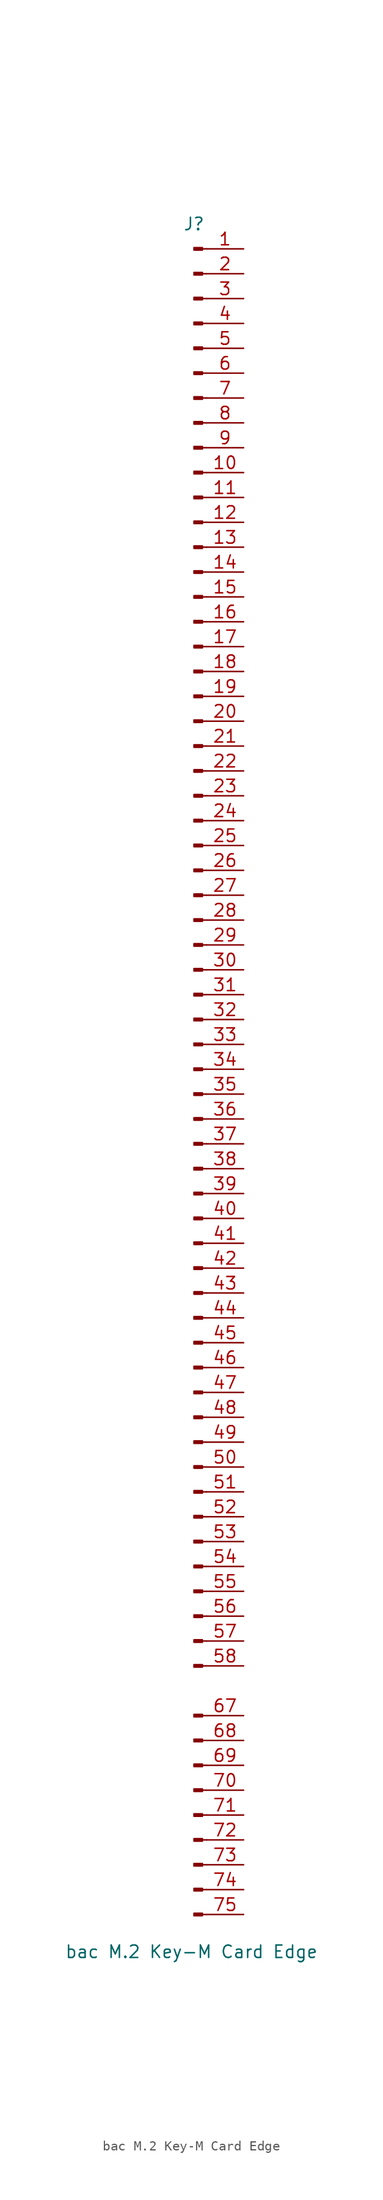
<source format=kicad_sym>
(kicad_symbol_lib
  (version 20231120)
  (generator "kicad_symbol_editor")
  (generator_version "8.0")
  (symbol "bac M.2 Key-M Card Edge"
    (pin_names
      (offset 1.016) hide)
    (property "Reference" "J"
      (at 0 76.2 0)
      (effects (font (size 1.27 1.27))))
    (property "Value" "bac M.2 Key-M Card Edge"
      (at -0.254 -100.33 0)
      (effects (font (size 1.27 1.27))))
    (symbol "bac M.2 Key-M Card Edge_1_1"
      (polyline (pts (xy 1.27 -96.52) (xy 0.864 -96.52)) (stroke (width 0.152) (type default)) (fill (type none)))
      (polyline (pts (xy 1.27 -93.98) (xy 0.864 -93.98)) (stroke (width 0.152) (type default)) (fill (type none)))
      (polyline (pts (xy 1.27 -91.44) (xy 0.864 -91.44)) (stroke (width 0.152) (type default)) (fill (type none)))
      (polyline (pts (xy 1.27 -88.9) (xy 0.864 -88.9)) (stroke (width 0.152) (type default)) (fill (type none)))
      (polyline (pts (xy 1.27 -86.36) (xy 0.864 -86.36)) (stroke (width 0.152) (type default)) (fill (type none)))
      (polyline (pts (xy 1.27 -83.82) (xy 0.864 -83.82)) (stroke (width 0.152) (type default)) (fill (type none)))
      (polyline (pts (xy 1.27 -81.28) (xy 0.864 -81.28)) (stroke (width 0.152) (type default)) (fill (type none)))
      (polyline (pts (xy 1.27 -78.74) (xy 0.864 -78.74)) (stroke (width 0.152) (type default)) (fill (type none)))
      (polyline (pts (xy 1.27 -76.2) (xy 0.864 -76.2)) (stroke (width 0.152) (type default)) (fill (type none)))
      (polyline (pts (xy 1.27 -71.12) (xy 0.864 -71.12)) (stroke (width 0.152) (type default)) (fill (type none)))
      (polyline (pts (xy 1.27 -68.58) (xy 0.864 -68.58)) (stroke (width 0.152) (type default)) (fill (type none)))
      (polyline (pts (xy 1.27 -66.04) (xy 0.864 -66.04)) (stroke (width 0.152) (type default)) (fill (type none)))
      (polyline (pts (xy 1.27 -63.5) (xy 0.864 -63.5)) (stroke (width 0.152) (type default)) (fill (type none)))
      (polyline (pts (xy 1.27 -60.96) (xy 0.864 -60.96)) (stroke (width 0.152) (type default)) (fill (type none)))
      (polyline (pts (xy 1.27 -58.42) (xy 0.864 -58.42)) (stroke (width 0.152) (type default)) (fill (type none)))
      (polyline (pts (xy 1.27 -55.88) (xy 0.864 -55.88)) (stroke (width 0.152) (type default)) (fill (type none)))
      (polyline (pts (xy 1.27 -53.34) (xy 0.864 -53.34)) (stroke (width 0.152) (type default)) (fill (type none)))
      (polyline (pts (xy 1.27 -50.8) (xy 0.864 -50.8)) (stroke (width 0.152) (type default)) (fill (type none)))
      (polyline (pts (xy 1.27 -48.26) (xy 0.864 -48.26)) (stroke (width 0.152) (type default)) (fill (type none)))
      (polyline (pts (xy 1.27 -45.72) (xy 0.864 -45.72)) (stroke (width 0.152) (type default)) (fill (type none)))
      (polyline (pts (xy 1.27 -43.18) (xy 0.864 -43.18)) (stroke (width 0.152) (type default)) (fill (type none)))
      (polyline (pts (xy 1.27 -40.64) (xy 0.864 -40.64)) (stroke (width 0.152) (type default)) (fill (type none)))
      (polyline (pts (xy 1.27 -38.1) (xy 0.864 -38.1)) (stroke (width 0.152) (type default)) (fill (type none)))
      (polyline (pts (xy 1.27 -35.56) (xy 0.864 -35.56)) (stroke (width 0.152) (type default)) (fill (type none)))
      (polyline (pts (xy 1.27 -33.02) (xy 0.864 -33.02)) (stroke (width 0.152) (type default)) (fill (type none)))
      (polyline (pts (xy 1.27 -30.48) (xy 0.864 -30.48)) (stroke (width 0.152) (type default)) (fill (type none)))
      (polyline (pts (xy 1.27 -27.94) (xy 0.864 -27.94)) (stroke (width 0.152) (type default)) (fill (type none)))
      (polyline (pts (xy 1.27 -25.4) (xy 0.864 -25.4)) (stroke (width 0.152) (type default)) (fill (type none)))
      (polyline (pts (xy 1.27 -22.86) (xy 0.864 -22.86)) (stroke (width 0.152) (type default)) (fill (type none)))
      (polyline (pts (xy 1.27 -20.32) (xy 0.864 -20.32)) (stroke (width 0.152) (type default)) (fill (type none)))
      (polyline (pts (xy 1.27 -17.78) (xy 0.864 -17.78)) (stroke (width 0.152) (type default)) (fill (type none)))
      (polyline (pts (xy 1.27 -15.24) (xy 0.864 -15.24)) (stroke (width 0.152) (type default)) (fill (type none)))
      (polyline (pts (xy 1.27 -12.7) (xy 0.864 -12.7)) (stroke (width 0.152) (type default)) (fill (type none)))
      (polyline (pts (xy 1.27 -10.16) (xy 0.864 -10.16)) (stroke (width 0.152) (type default)) (fill (type none)))
      (polyline (pts (xy 1.27 -7.62) (xy 0.864 -7.62)) (stroke (width 0.152) (type default)) (fill (type none)))
      (polyline (pts (xy 1.27 -5.08) (xy 0.864 -5.08)) (stroke (width 0.152) (type default)) (fill (type none)))
      (polyline (pts (xy 1.27 -2.54) (xy 0.864 -2.54)) (stroke (width 0.152) (type default)) (fill (type none)))
      (polyline (pts (xy 1.27 0) (xy 0.864 0)) (stroke (width 0.152) (type default)) (fill (type none)))
      (polyline (pts (xy 1.27 2.54) (xy 0.864 2.54)) (stroke (width 0.152) (type default)) (fill (type none)))
      (polyline (pts (xy 1.27 5.08) (xy 0.864 5.08)) (stroke (width 0.152) (type default)) (fill (type none)))
      (polyline (pts (xy 1.27 7.62) (xy 0.864 7.62)) (stroke (width 0.152) (type default)) (fill (type none)))
      (polyline (pts (xy 1.27 10.16) (xy 0.864 10.16)) (stroke (width 0.152) (type default)) (fill (type none)))
      (polyline (pts (xy 1.27 12.7) (xy 0.864 12.7)) (stroke (width 0.152) (type default)) (fill (type none)))
      (polyline (pts (xy 1.27 15.24) (xy 0.864 15.24)) (stroke (width 0.152) (type default)) (fill (type none)))
      (polyline (pts (xy 1.27 17.78) (xy 0.864 17.78)) (stroke (width 0.152) (type default)) (fill (type none)))
      (polyline (pts (xy 1.27 20.32) (xy 0.864 20.32)) (stroke (width 0.152) (type default)) (fill (type none)))
      (polyline (pts (xy 1.27 22.86) (xy 0.864 22.86)) (stroke (width 0.152) (type default)) (fill (type none)))
      (polyline (pts (xy 1.27 25.4) (xy 0.864 25.4)) (stroke (width 0.152) (type default)) (fill (type none)))
      (polyline (pts (xy 1.27 27.94) (xy 0.864 27.94)) (stroke (width 0.152) (type default)) (fill (type none)))
      (polyline (pts (xy 1.27 30.48) (xy 0.864 30.48)) (stroke (width 0.152) (type default)) (fill (type none)))
      (polyline (pts (xy 1.27 33.02) (xy 0.864 33.02)) (stroke (width 0.152) (type default)) (fill (type none)))
      (polyline (pts (xy 1.27 35.56) (xy 0.864 35.56)) (stroke (width 0.152) (type default)) (fill (type none)))
      (polyline (pts (xy 1.27 38.1) (xy 0.864 38.1)) (stroke (width 0.152) (type default)) (fill (type none)))
      (polyline (pts (xy 1.27 40.64) (xy 0.864 40.64)) (stroke (width 0.152) (type default)) (fill (type none)))
      (polyline (pts (xy 1.27 43.18) (xy 0.864 43.18)) (stroke (width 0.152) (type default)) (fill (type none)))
      (polyline (pts (xy 1.27 45.72) (xy 0.864 45.72)) (stroke (width 0.152) (type default)) (fill (type none)))
      (polyline (pts (xy 1.27 48.26) (xy 0.864 48.26)) (stroke (width 0.152) (type default)) (fill (type none)))
      (polyline (pts (xy 1.27 50.8) (xy 0.864 50.8)) (stroke (width 0.152) (type default)) (fill (type none)))
      (polyline (pts (xy 1.27 53.34) (xy 0.864 53.34)) (stroke (width 0.152) (type default)) (fill (type none)))
      (polyline (pts (xy 1.27 55.88) (xy 0.864 55.88)) (stroke (width 0.152) (type default)) (fill (type none)))
      (polyline (pts (xy 1.27 58.42) (xy 0.864 58.42)) (stroke (width 0.152) (type default)) (fill (type none)))
      (polyline (pts (xy 1.27 60.96) (xy 0.864 60.96)) (stroke (width 0.152) (type default)) (fill (type none)))
      (polyline (pts (xy 1.27 63.5) (xy 0.864 63.5)) (stroke (width 0.152) (type default)) (fill (type none)))
      (polyline (pts (xy 1.27 66.04) (xy 0.864 66.04)) (stroke (width 0.152) (type default)) (fill (type none)))
      (polyline (pts (xy 1.27 68.58) (xy 0.864 68.58)) (stroke (width 0.152) (type default)) (fill (type none)))
      (polyline (pts (xy 1.27 71.12) (xy 0.864 71.12)) (stroke (width 0.152) (type default)) (fill (type none)))
      (polyline (pts (xy 1.27 73.66) (xy 0.864 73.66)) (stroke (width 0.152) (type default)) (fill (type none)))
      (rectangle (start 0.864 -96.393) (end 0 -96.647) (stroke (width 0.152) (type default)) (fill (type outline)))
      (rectangle (start 0.864 -93.853) (end 0 -94.107) (stroke (width 0.152) (type default)) (fill (type outline)))
      (rectangle (start 0.864 -91.313) (end 0 -91.567) (stroke (width 0.152) (type default)) (fill (type outline)))
      (rectangle (start 0.864 -88.773) (end 0 -89.027) (stroke (width 0.152) (type default)) (fill (type outline)))
      (rectangle (start 0.864 -86.233) (end 0 -86.487) (stroke (width 0.152) (type default)) (fill (type outline)))
      (rectangle (start 0.864 -83.693) (end 0 -83.947) (stroke (width 0.152) (type default)) (fill (type outline)))
      (rectangle (start 0.864 -81.153) (end 0 -81.407) (stroke (width 0.152) (type default)) (fill (type outline)))
      (rectangle (start 0.864 -78.613) (end 0 -78.867) (stroke (width 0.152) (type default)) (fill (type outline)))
      (rectangle (start 0.864 -76.073) (end 0 -76.327) (stroke (width 0.152) (type default)) (fill (type outline)))
      (rectangle (start 0.864 -70.993) (end 0 -71.247) (stroke (width 0.152) (type default)) (fill (type outline)))
      (rectangle (start 0.864 -68.453) (end 0 -68.707) (stroke (width 0.152) (type default)) (fill (type outline)))
      (rectangle (start 0.864 -65.913) (end 0 -66.167) (stroke (width 0.152) (type default)) (fill (type outline)))
      (rectangle (start 0.864 -63.373) (end 0 -63.627) (stroke (width 0.152) (type default)) (fill (type outline)))
      (rectangle (start 0.864 -60.833) (end 0 -61.087) (stroke (width 0.152) (type default)) (fill (type outline)))
      (rectangle (start 0.864 -58.293) (end 0 -58.547) (stroke (width 0.152) (type default)) (fill (type outline)))
      (rectangle (start 0.864 -55.753) (end 0 -56.007) (stroke (width 0.152) (type default)) (fill (type outline)))
      (rectangle (start 0.864 -53.213) (end 0 -53.467) (stroke (width 0.152) (type default)) (fill (type outline)))
      (rectangle (start 0.864 -50.673) (end 0 -50.927) (stroke (width 0.152) (type default)) (fill (type outline)))
      (rectangle (start 0.864 -48.133) (end 0 -48.387) (stroke (width 0.152) (type default)) (fill (type outline)))
      (rectangle (start 0.864 -45.593) (end 0 -45.847) (stroke (width 0.152) (type default)) (fill (type outline)))
      (rectangle (start 0.864 -43.053) (end 0 -43.307) (stroke (width 0.152) (type default)) (fill (type outline)))
      (rectangle (start 0.864 -40.513) (end 0 -40.767) (stroke (width 0.152) (type default)) (fill (type outline)))
      (rectangle (start 0.864 -37.973) (end 0 -38.227) (stroke (width 0.152) (type default)) (fill (type outline)))
      (rectangle (start 0.864 -35.433) (end 0 -35.687) (stroke (width 0.152) (type default)) (fill (type outline)))
      (rectangle (start 0.864 -32.893) (end 0 -33.147) (stroke (width 0.152) (type default)) (fill (type outline)))
      (rectangle (start 0.864 -30.353) (end 0 -30.607) (stroke (width 0.152) (type default)) (fill (type outline)))
      (rectangle (start 0.864 -27.813) (end 0 -28.067) (stroke (width 0.152) (type default)) (fill (type outline)))
      (rectangle (start 0.864 -25.273) (end 0 -25.527) (stroke (width 0.152) (type default)) (fill (type outline)))
      (rectangle (start 0.864 -22.733) (end 0 -22.987) (stroke (width 0.152) (type default)) (fill (type outline)))
      (rectangle (start 0.864 -20.193) (end 0 -20.447) (stroke (width 0.152) (type default)) (fill (type outline)))
      (rectangle (start 0.864 -17.653) (end 0 -17.907) (stroke (width 0.152) (type default)) (fill (type outline)))
      (rectangle (start 0.864 -15.113) (end 0 -15.367) (stroke (width 0.152) (type default)) (fill (type outline)))
      (rectangle (start 0.864 -12.573) (end 0 -12.827) (stroke (width 0.152) (type default)) (fill (type outline)))
      (rectangle (start 0.864 -10.033) (end 0 -10.287) (stroke (width 0.152) (type default)) (fill (type outline)))
      (rectangle (start 0.864 -7.493) (end 0 -7.747) (stroke (width 0.152) (type default)) (fill (type outline)))
      (rectangle (start 0.864 -4.953) (end 0 -5.207) (stroke (width 0.152) (type default)) (fill (type outline)))
      (rectangle (start 0.864 -2.413) (end 0 -2.667) (stroke (width 0.152) (type default)) (fill (type outline)))
      (rectangle (start 0.864 0.127) (end 0 -0.127) (stroke (width 0.152) (type default)) (fill (type outline)))
      (rectangle (start 0.864 2.667) (end 0 2.413) (stroke (width 0.152) (type default)) (fill (type outline)))
      (rectangle (start 0.864 5.207) (end 0 4.953) (stroke (width 0.152) (type default)) (fill (type outline)))
      (rectangle (start 0.864 7.747) (end 0 7.493) (stroke (width 0.152) (type default)) (fill (type outline)))
      (rectangle (start 0.864 10.287) (end 0 10.033) (stroke (width 0.152) (type default)) (fill (type outline)))
      (rectangle (start 0.864 12.827) (end 0 12.573) (stroke (width 0.152) (type default)) (fill (type outline)))
      (rectangle (start 0.864 15.367) (end 0 15.113) (stroke (width 0.152) (type default)) (fill (type outline)))
      (rectangle (start 0.864 17.907) (end 0 17.653) (stroke (width 0.152) (type default)) (fill (type outline)))
      (rectangle (start 0.864 20.447) (end 0 20.193) (stroke (width 0.152) (type default)) (fill (type outline)))
      (rectangle (start 0.864 22.987) (end 0 22.733) (stroke (width 0.152) (type default)) (fill (type outline)))
      (rectangle (start 0.864 25.527) (end 0 25.273) (stroke (width 0.152) (type default)) (fill (type outline)))
      (rectangle (start 0.864 28.067) (end 0 27.813) (stroke (width 0.152) (type default)) (fill (type outline)))
      (rectangle (start 0.864 30.607) (end 0 30.353) (stroke (width 0.152) (type default)) (fill (type outline)))
      (rectangle (start 0.864 33.147) (end 0 32.893) (stroke (width 0.152) (type default)) (fill (type outline)))
      (rectangle (start 0.864 35.687) (end 0 35.433) (stroke (width 0.152) (type default)) (fill (type outline)))
      (rectangle (start 0.864 38.227) (end 0 37.973) (stroke (width 0.152) (type default)) (fill (type outline)))
      (rectangle (start 0.864 40.767) (end 0 40.513) (stroke (width 0.152) (type default)) (fill (type outline)))
      (rectangle (start 0.864 43.307) (end 0 43.053) (stroke (width 0.152) (type default)) (fill (type outline)))
      (rectangle (start 0.864 45.847) (end 0 45.593) (stroke (width 0.152) (type default)) (fill (type outline)))
      (rectangle (start 0.864 48.387) (end 0 48.133) (stroke (width 0.152) (type default)) (fill (type outline)))
      (rectangle (start 0.864 50.927) (end 0 50.673) (stroke (width 0.152) (type default)) (fill (type outline)))
      (rectangle (start 0.864 53.467) (end 0 53.213) (stroke (width 0.152) (type default)) (fill (type outline)))
      (rectangle (start 0.864 56.007) (end 0 55.753) (stroke (width 0.152) (type default)) (fill (type outline)))
      (rectangle (start 0.864 58.547) (end 0 58.293) (stroke (width 0.152) (type default)) (fill (type outline)))
      (rectangle (start 0.864 61.087) (end 0 60.833) (stroke (width 0.152) (type default)) (fill (type outline)))
      (rectangle (start 0.864 63.627) (end 0 63.373) (stroke (width 0.152) (type default)) (fill (type outline)))
      (rectangle (start 0.864 66.167) (end 0 65.913) (stroke (width 0.152) (type default)) (fill (type outline)))
      (rectangle (start 0.864 68.707) (end 0 68.453) (stroke (width 0.152) (type default)) (fill (type outline)))
      (rectangle (start 0.864 71.247) (end 0 70.993) (stroke (width 0.152) (type default)) (fill (type outline)))
      (rectangle (start 0.864 73.787) (end 0 73.533) (stroke (width 0.152) (type default)) (fill (type outline)))
      (pin passive line (at 5.08 73.66 180) (length 3.81) (name "Pin_1" (effects (font (size 1.27 1.27)))) (number "1" (effects (font (size 1.27 1.27)))))
      (pin passive line (at 5.08 50.8 180) (length 3.81) (name "Pin_10" (effects (font (size 1.27 1.27)))) (number "10" (effects (font (size 1.27 1.27)))))
      (pin passive line (at 5.08 48.26 180) (length 3.81) (name "Pin_11" (effects (font (size 1.27 1.27)))) (number "11" (effects (font (size 1.27 1.27)))))
      (pin passive line (at 5.08 45.72 180) (length 3.81) (name "Pin_12" (effects (font (size 1.27 1.27)))) (number "12" (effects (font (size 1.27 1.27)))))
      (pin passive line (at 5.08 43.18 180) (length 3.81) (name "Pin_13" (effects (font (size 1.27 1.27)))) (number "13" (effects (font (size 1.27 1.27)))))
      (pin passive line (at 5.08 40.64 180) (length 3.81) (name "Pin_14" (effects (font (size 1.27 1.27)))) (number "14" (effects (font (size 1.27 1.27)))))
      (pin passive line (at 5.08 38.1 180) (length 3.81) (name "Pin_15" (effects (font (size 1.27 1.27)))) (number "15" (effects (font (size 1.27 1.27)))))
      (pin passive line (at 5.08 35.56 180) (length 3.81) (name "Pin_16" (effects (font (size 1.27 1.27)))) (number "16" (effects (font (size 1.27 1.27)))))
      (pin passive line (at 5.08 33.02 180) (length 3.81) (name "Pin_17" (effects (font (size 1.27 1.27)))) (number "17" (effects (font (size 1.27 1.27)))))
      (pin passive line (at 5.08 30.48 180) (length 3.81) (name "Pin_18" (effects (font (size 1.27 1.27)))) (number "18" (effects (font (size 1.27 1.27)))))
      (pin passive line (at 5.08 27.94 180) (length 3.81) (name "Pin_19" (effects (font (size 1.27 1.27)))) (number "19" (effects (font (size 1.27 1.27)))))
      (pin passive line (at 5.08 71.12 180) (length 3.81) (name "Pin_2" (effects (font (size 1.27 1.27)))) (number "2" (effects (font (size 1.27 1.27)))))
      (pin passive line (at 5.08 25.4 180) (length 3.81) (name "Pin_20" (effects (font (size 1.27 1.27)))) (number "20" (effects (font (size 1.27 1.27)))))
      (pin passive line (at 5.08 22.86 180) (length 3.81) (name "Pin_21" (effects (font (size 1.27 1.27)))) (number "21" (effects (font (size 1.27 1.27)))))
      (pin passive line (at 5.08 20.32 180) (length 3.81) (name "Pin_22" (effects (font (size 1.27 1.27)))) (number "22" (effects (font (size 1.27 1.27)))))
      (pin passive line (at 5.08 17.78 180) (length 3.81) (name "Pin_23" (effects (font (size 1.27 1.27)))) (number "23" (effects (font (size 1.27 1.27)))))
      (pin passive line (at 5.08 15.24 180) (length 3.81) (name "Pin_24" (effects (font (size 1.27 1.27)))) (number "24" (effects (font (size 1.27 1.27)))))
      (pin passive line (at 5.08 12.7 180) (length 3.81) (name "Pin_25" (effects (font (size 1.27 1.27)))) (number "25" (effects (font (size 1.27 1.27)))))
      (pin passive line (at 5.08 10.16 180) (length 3.81) (name "Pin_26" (effects (font (size 1.27 1.27)))) (number "26" (effects (font (size 1.27 1.27)))))
      (pin passive line (at 5.08 7.62 180) (length 3.81) (name "Pin_27" (effects (font (size 1.27 1.27)))) (number "27" (effects (font (size 1.27 1.27)))))
      (pin passive line (at 5.08 5.08 180) (length 3.81) (name "Pin_28" (effects (font (size 1.27 1.27)))) (number "28" (effects (font (size 1.27 1.27)))))
      (pin passive line (at 5.08 2.54 180) (length 3.81) (name "Pin_29" (effects (font (size 1.27 1.27)))) (number "29" (effects (font (size 1.27 1.27)))))
      (pin passive line (at 5.08 68.58 180) (length 3.81) (name "Pin_3" (effects (font (size 1.27 1.27)))) (number "3" (effects (font (size 1.27 1.27)))))
      (pin passive line (at 5.08 0 180) (length 3.81) (name "Pin_30" (effects (font (size 1.27 1.27)))) (number "30" (effects (font (size 1.27 1.27)))))
      (pin passive line (at 5.08 -2.54 180) (length 3.81) (name "Pin_31" (effects (font (size 1.27 1.27)))) (number "31" (effects (font (size 1.27 1.27)))))
      (pin passive line (at 5.08 -5.08 180) (length 3.81) (name "Pin_32" (effects (font (size 1.27 1.27)))) (number "32" (effects (font (size 1.27 1.27)))))
      (pin passive line (at 5.08 -7.62 180) (length 3.81) (name "Pin_33" (effects (font (size 1.27 1.27)))) (number "33" (effects (font (size 1.27 1.27)))))
      (pin passive line (at 5.08 -10.16 180) (length 3.81) (name "Pin_34" (effects (font (size 1.27 1.27)))) (number "34" (effects (font (size 1.27 1.27)))))
      (pin passive line (at 5.08 -12.7 180) (length 3.81) (name "Pin_35" (effects (font (size 1.27 1.27)))) (number "35" (effects (font (size 1.27 1.27)))))
      (pin passive line (at 5.08 -15.24 180) (length 3.81) (name "Pin_36" (effects (font (size 1.27 1.27)))) (number "36" (effects (font (size 1.27 1.27)))))
      (pin passive line (at 5.08 -17.78 180) (length 3.81) (name "Pin_37" (effects (font (size 1.27 1.27)))) (number "37" (effects (font (size 1.27 1.27)))))
      (pin passive line (at 5.08 -20.32 180) (length 3.81) (name "Pin_38" (effects (font (size 1.27 1.27)))) (number "38" (effects (font (size 1.27 1.27)))))
      (pin passive line (at 5.08 -22.86 180) (length 3.81) (name "Pin_39" (effects (font (size 1.27 1.27)))) (number "39" (effects (font (size 1.27 1.27)))))
      (pin passive line (at 5.08 66.04 180) (length 3.81) (name "Pin_4" (effects (font (size 1.27 1.27)))) (number "4" (effects (font (size 1.27 1.27)))))
      (pin passive line (at 5.08 -25.4 180) (length 3.81) (name "Pin_40" (effects (font (size 1.27 1.27)))) (number "40" (effects (font (size 1.27 1.27)))))
      (pin passive line (at 5.08 -27.94 180) (length 3.81) (name "Pin_41" (effects (font (size 1.27 1.27)))) (number "41" (effects (font (size 1.27 1.27)))))
      (pin passive line (at 5.08 -30.48 180) (length 3.81) (name "Pin_42" (effects (font (size 1.27 1.27)))) (number "42" (effects (font (size 1.27 1.27)))))
      (pin passive line (at 5.08 -33.02 180) (length 3.81) (name "Pin_43" (effects (font (size 1.27 1.27)))) (number "43" (effects (font (size 1.27 1.27)))))
      (pin passive line (at 5.08 -35.56 180) (length 3.81) (name "Pin_44" (effects (font (size 1.27 1.27)))) (number "44" (effects (font (size 1.27 1.27)))))
      (pin passive line (at 5.08 -38.1 180) (length 3.81) (name "Pin_45" (effects (font (size 1.27 1.27)))) (number "45" (effects (font (size 1.27 1.27)))))
      (pin passive line (at 5.08 -40.64 180) (length 3.81) (name "Pin_46" (effects (font (size 1.27 1.27)))) (number "46" (effects (font (size 1.27 1.27)))))
      (pin passive line (at 5.08 -43.18 180) (length 3.81) (name "Pin_47" (effects (font (size 1.27 1.27)))) (number "47" (effects (font (size 1.27 1.27)))))
      (pin passive line (at 5.08 -45.72 180) (length 3.81) (name "Pin_48" (effects (font (size 1.27 1.27)))) (number "48" (effects (font (size 1.27 1.27)))))
      (pin passive line (at 5.08 -48.26 180) (length 3.81) (name "Pin_49" (effects (font (size 1.27 1.27)))) (number "49" (effects (font (size 1.27 1.27)))))
      (pin passive line (at 5.08 63.5 180) (length 3.81) (name "Pin_5" (effects (font (size 1.27 1.27)))) (number "5" (effects (font (size 1.27 1.27)))))
      (pin passive line (at 5.08 -50.8 180) (length 3.81) (name "Pin_50" (effects (font (size 1.27 1.27)))) (number "50" (effects (font (size 1.27 1.27)))))
      (pin passive line (at 5.08 -53.34 180) (length 3.81) (name "Pin_51" (effects (font (size 1.27 1.27)))) (number "51" (effects (font (size 1.27 1.27)))))
      (pin passive line (at 5.08 -55.88 180) (length 3.81) (name "Pin_52" (effects (font (size 1.27 1.27)))) (number "52" (effects (font (size 1.27 1.27)))))
      (pin passive line (at 5.08 -58.42 180) (length 3.81) (name "Pin_53" (effects (font (size 1.27 1.27)))) (number "53" (effects (font (size 1.27 1.27)))))
      (pin passive line (at 5.08 -60.96 180) (length 3.81) (name "Pin_54" (effects (font (size 1.27 1.27)))) (number "54" (effects (font (size 1.27 1.27)))))
      (pin passive line (at 5.08 -63.5 180) (length 3.81) (name "Pin_55" (effects (font (size 1.27 1.27)))) (number "55" (effects (font (size 1.27 1.27)))))
      (pin passive line (at 5.08 -66.04 180) (length 3.81) (name "Pin_56" (effects (font (size 1.27 1.27)))) (number "56" (effects (font (size 1.27 1.27)))))
      (pin passive line (at 5.08 -68.58 180) (length 3.81) (name "Pin_57" (effects (font (size 1.27 1.27)))) (number "57" (effects (font (size 1.27 1.27)))))
      (pin passive line (at 5.08 -71.12 180) (length 3.81) (name "Pin_58" (effects (font (size 1.27 1.27)))) (number "58" (effects (font (size 1.27 1.27)))))
      (pin passive line (at 5.08 60.96 180) (length 3.81) (name "Pin_6" (effects (font (size 1.27 1.27)))) (number "6" (effects (font (size 1.27 1.27)))))
      (pin passive line (at 5.08 -76.2 180) (length 3.81) (name "Pin_67" (effects (font (size 1.27 1.27)))) (number "67" (effects (font (size 1.27 1.27)))))
      (pin passive line (at 5.08 -78.74 180) (length 3.81) (name "Pin_68" (effects (font (size 1.27 1.27)))) (number "68" (effects (font (size 1.27 1.27)))))
      (pin passive line (at 5.08 -81.28 180) (length 3.81) (name "Pin_69" (effects (font (size 1.27 1.27)))) (number "69" (effects (font (size 1.27 1.27)))))
      (pin passive line (at 5.08 58.42 180) (length 3.81) (name "Pin_7" (effects (font (size 1.27 1.27)))) (number "7" (effects (font (size 1.27 1.27)))))
      (pin passive line (at 5.08 -83.82 180) (length 3.81) (name "Pin_70" (effects (font (size 1.27 1.27)))) (number "70" (effects (font (size 1.27 1.27)))))
      (pin passive line (at 5.08 -86.36 180) (length 3.81) (name "Pin_71" (effects (font (size 1.27 1.27)))) (number "71" (effects (font (size 1.27 1.27)))))
      (pin passive line (at 5.08 -88.9 180) (length 3.81) (name "Pin_72" (effects (font (size 1.27 1.27)))) (number "72" (effects (font (size 1.27 1.27)))))
      (pin passive line (at 5.08 -91.44 180) (length 3.81) (name "Pin_73" (effects (font (size 1.27 1.27)))) (number "73" (effects (font (size 1.27 1.27)))))
      (pin passive line (at 5.08 -93.98 180) (length 3.81) (name "Pin_74" (effects (font (size 1.27 1.27)))) (number "74" (effects (font (size 1.27 1.27)))))
      (pin passive line (at 5.08 -96.52 180) (length 3.81) (name "Pin_75" (effects (font (size 1.27 1.27)))) (number "75" (effects (font (size 1.27 1.27)))))
      (pin passive line (at 5.08 55.88 180) (length 3.81) (name "Pin_8" (effects (font (size 1.27 1.27)))) (number "8" (effects (font (size 1.27 1.27)))))
      (pin passive line (at 5.08 53.34 180) (length 3.81) (name "Pin_9" (effects (font (size 1.27 1.27)))) (number "9" (effects (font (size 1.27 1.27))))))))
</source>
